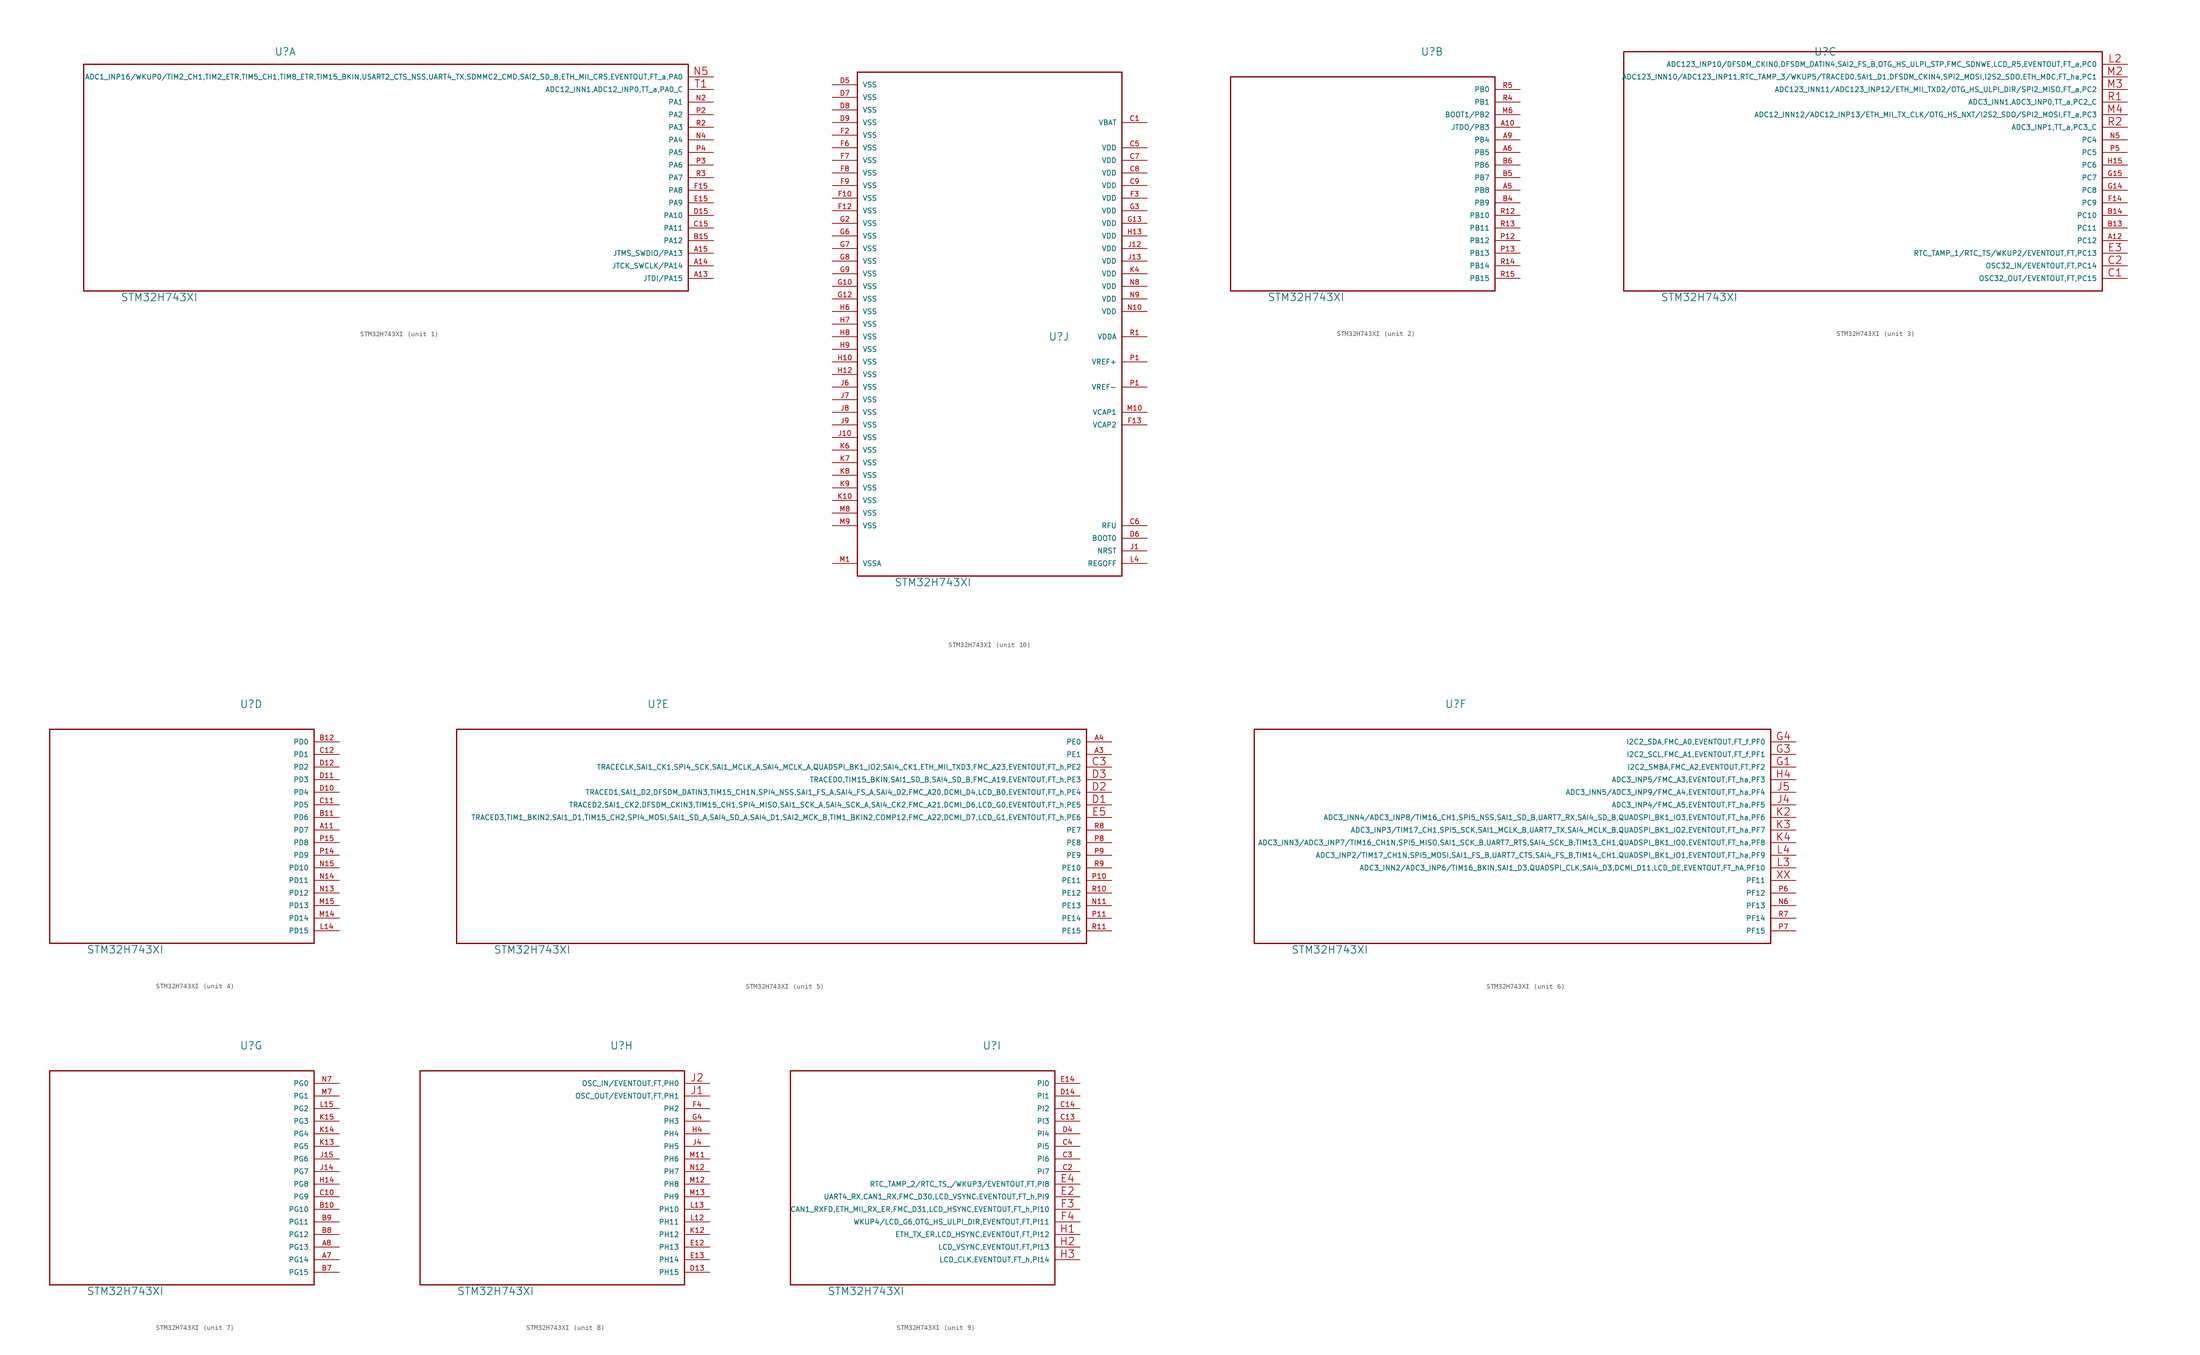
<source format=kicad_sym>
(kicad_symbol_lib
  (version 20220914)
  (generator kicad_symbol_editor)
  (symbol "STM32H743XI"
    (pin_names
      (offset 1.016))
    (property "Reference" "U"
      (at 40.64 48.26 0)
      (effects (font (size 1.524 1.524))))
    (property "Value" "STM32H743XI"
      (at 15.24 -1.27 0)
      (effects (font (size 1.524 1.524))))
    (property "ki_locked" ""
      (at 0 0 0)
      (effects (font (size 1.27 1.27))))
    (symbol "STM32H743XI_1_1"
      (rectangle (start 0 45.72) (end 121.92 0) (stroke (width 0.254) (type solid)) (fill (type none)))
      (pin bidirectional line (at 127 2.54 180) (length 5.08) (name "JTDI/PA15" (effects (font (size 1.016 1.016)))) (number "A13" (effects (font (size 1.016 1.016)))))
      (pin bidirectional line (at 127 5.08 180) (length 5.08) (name "JTCK_SWCLK/PA14" (effects (font (size 1.016 1.016)))) (number "A14" (effects (font (size 1.016 1.016)))))
      (pin bidirectional line (at 127 7.62 180) (length 5.08) (name "JTMS_SWDIO/PA13" (effects (font (size 1.016 1.016)))) (number "A15" (effects (font (size 1.016 1.016)))))
      (pin bidirectional line (at 127 10.16 180) (length 5.08) (name "PA12" (effects (font (size 1.016 1.016)))) (number "B15" (effects (font (size 1.016 1.016)))))
      (pin bidirectional line (at 127 12.7 180) (length 5.08) (name "PA11" (effects (font (size 1.016 1.016)))) (number "C15" (effects (font (size 1.016 1.016)))))
      (pin bidirectional line (at 127 15.24 180) (length 5.08) (name "PA10" (effects (font (size 1.016 1.016)))) (number "D15" (effects (font (size 1.016 1.016)))))
      (pin bidirectional line (at 127 17.78 180) (length 5.08) (name "PA9" (effects (font (size 1.016 1.016)))) (number "E15" (effects (font (size 1.016 1.016)))))
      (pin bidirectional line (at 127 20.32 180) (length 5.08) (name "PA8" (effects (font (size 1.016 1.016)))) (number "F15" (effects (font (size 1.016 1.016)))))
      (pin bidirectional line (at 127 38.1 180) (length 5.08) (name "PA1" (effects (font (size 1.016 1.016)))) (number "N2" (effects (font (size 1.016 1.016)))))
      (pin bidirectional line (at 127 30.48 180) (length 5.08) (name "PA4" (effects (font (size 1.016 1.016)))) (number "N4" (effects (font (size 1.016 1.016)))))
      (pin bidirectional line (at 127 43.18 180) (length 5.08) (name "ADC1_INP16/WKUP0/TIM2_CH1,TIM2_ETR,TIM5_CH1,TIM8_ETR,TIM15_BKIN,USART2_CTS_NSS,UART4_TX,SDMMC2_CMD,SAI2_SD_B,ETH_MII_CRS,EVENTOUT,FT_a,PA0" (effects (font (size 1.016 1.016)))) (number "N5" (effects (font (size 1.524 1.524)))))
      (pin bidirectional line (at 127 35.56 180) (length 5.08) (name "PA2" (effects (font (size 1.016 1.016)))) (number "P2" (effects (font (size 1.016 1.016)))))
      (pin bidirectional line (at 127 25.4 180) (length 5.08) (name "PA6" (effects (font (size 1.016 1.016)))) (number "P3" (effects (font (size 1.016 1.016)))))
      (pin bidirectional line (at 127 27.94 180) (length 5.08) (name "PA5" (effects (font (size 1.016 1.016)))) (number "P4" (effects (font (size 1.016 1.016)))))
      (pin bidirectional line (at 127 33.02 180) (length 5.08) (name "PA3" (effects (font (size 1.016 1.016)))) (number "R2" (effects (font (size 1.016 1.016)))))
      (pin bidirectional line (at 127 22.86 180) (length 5.08) (name "PA7" (effects (font (size 1.016 1.016)))) (number "R3" (effects (font (size 1.016 1.016)))))
      (pin input line (at 127 40.64 180) (length 5.08) (name "ADC12_INN1,ADC12_INP0,TT_a,PA0_C" (effects (font (size 1.016 1.016)))) (number "T1" (effects (font (size 1.524 1.524))))))
    (symbol "STM32H743XI_2_1"
      (rectangle (start 53.34 0) (end 0 43.18) (stroke (width 0.254) (type solid)) (fill (type none)))
      (pin bidirectional line (at 58.42 33.02 180) (length 5.08) (name "JTDO/PB3" (effects (font (size 1.016 1.016)))) (number "A10" (effects (font (size 1.016 1.016)))))
      (pin bidirectional line (at 58.42 20.32 180) (length 5.08) (name "PB8" (effects (font (size 1.016 1.016)))) (number "A5" (effects (font (size 1.016 1.016)))))
      (pin bidirectional line (at 58.42 27.94 180) (length 5.08) (name "PB5" (effects (font (size 1.016 1.016)))) (number "A6" (effects (font (size 1.016 1.016)))))
      (pin bidirectional line (at 58.42 30.48 180) (length 5.08) (name "PB4" (effects (font (size 1.016 1.016)))) (number "A9" (effects (font (size 1.016 1.016)))))
      (pin bidirectional line (at 58.42 17.78 180) (length 5.08) (name "PB9" (effects (font (size 1.016 1.016)))) (number "B4" (effects (font (size 1.016 1.016)))))
      (pin bidirectional line (at 58.42 22.86 180) (length 5.08) (name "PB7" (effects (font (size 1.016 1.016)))) (number "B5" (effects (font (size 1.016 1.016)))))
      (pin bidirectional line (at 58.42 25.4 180) (length 5.08) (name "PB6" (effects (font (size 1.016 1.016)))) (number "B6" (effects (font (size 1.016 1.016)))))
      (pin bidirectional line (at 58.42 35.56 180) (length 5.08) (name "BOOT1/PB2" (effects (font (size 1.016 1.016)))) (number "M6" (effects (font (size 1.016 1.016)))))
      (pin bidirectional line (at 58.42 10.16 180) (length 5.08) (name "PB12" (effects (font (size 1.016 1.016)))) (number "P12" (effects (font (size 1.016 1.016)))))
      (pin bidirectional line (at 58.42 7.62 180) (length 5.08) (name "PB13" (effects (font (size 1.016 1.016)))) (number "P13" (effects (font (size 1.016 1.016)))))
      (pin bidirectional line (at 58.42 15.24 180) (length 5.08) (name "PB10" (effects (font (size 1.016 1.016)))) (number "R12" (effects (font (size 1.016 1.016)))))
      (pin bidirectional line (at 58.42 12.7 180) (length 5.08) (name "PB11" (effects (font (size 1.016 1.016)))) (number "R13" (effects (font (size 1.016 1.016)))))
      (pin bidirectional line (at 58.42 5.08 180) (length 5.08) (name "PB14" (effects (font (size 1.016 1.016)))) (number "R14" (effects (font (size 1.016 1.016)))))
      (pin bidirectional line (at 58.42 2.54 180) (length 5.08) (name "PB15" (effects (font (size 1.016 1.016)))) (number "R15" (effects (font (size 1.016 1.016)))))
      (pin bidirectional line (at 58.42 38.1 180) (length 5.08) (name "PB1" (effects (font (size 1.016 1.016)))) (number "R4" (effects (font (size 1.016 1.016)))))
      (pin bidirectional line (at 58.42 40.64 180) (length 5.08) (name "PB0" (effects (font (size 1.016 1.016)))) (number "R5" (effects (font (size 1.016 1.016))))))
    (symbol "STM32H743XI_3_1"
      (rectangle (start 96.52 0) (end 0 48.26) (stroke (width 0.254) (type solid)) (fill (type none)))
      (pin bidirectional line (at 101.6 10.16 180) (length 5.08) (name "PC12" (effects (font (size 1.016 1.016)))) (number "A12" (effects (font (size 1.016 1.016)))))
      (pin bidirectional line (at 101.6 12.7 180) (length 5.08) (name "PC11" (effects (font (size 1.016 1.016)))) (number "B13" (effects (font (size 1.016 1.016)))))
      (pin bidirectional line (at 101.6 15.24 180) (length 5.08) (name "PC10" (effects (font (size 1.016 1.016)))) (number "B14" (effects (font (size 1.016 1.016)))))
      (pin bidirectional line (at 101.6 2.54 180) (length 5.08) (name "OSC32_OUT/EVENTOUT,FT,PC15" (effects (font (size 1.016 1.016)))) (number "C1" (effects (font (size 1.524 1.524)))))
      (pin bidirectional line (at 101.6 5.08 180) (length 5.08) (name "OSC32_IN/EVENTOUT,FT,PC14" (effects (font (size 1.016 1.016)))) (number "C2" (effects (font (size 1.524 1.524)))))
      (pin bidirectional line (at 101.6 7.62 180) (length 5.08) (name "RTC_TAMP_1/RTC_TS/WKUP2/EVENTOUT,FT,PC13" (effects (font (size 1.016 1.016)))) (number "E3" (effects (font (size 1.524 1.524)))))
      (pin bidirectional line (at 101.6 17.78 180) (length 5.08) (name "PC9" (effects (font (size 1.016 1.016)))) (number "F14" (effects (font (size 1.016 1.016)))))
      (pin bidirectional line (at 101.6 20.32 180) (length 5.08) (name "PC8" (effects (font (size 1.016 1.016)))) (number "G14" (effects (font (size 1.016 1.016)))))
      (pin bidirectional line (at 101.6 22.86 180) (length 5.08) (name "PC7" (effects (font (size 1.016 1.016)))) (number "G15" (effects (font (size 1.016 1.016)))))
      (pin bidirectional line (at 101.6 25.4 180) (length 5.08) (name "PC6" (effects (font (size 1.016 1.016)))) (number "H15" (effects (font (size 1.016 1.016)))))
      (pin bidirectional line (at 101.6 45.72 180) (length 5.08) (name "ADC123_INP10/DFSDM_CKIN0,DFSDM_DATIN4,SAI2_FS_B,OTG_HS_ULPI_STP,FMC_SDNWE,LCD_R5,EVENTOUT,FT_a,PC0" (effects (font (size 1.016 1.016)))) (number "L2" (effects (font (size 1.524 1.524)))))
      (pin bidirectional line (at 101.6 43.18 180) (length 5.08) (name "ADC123_INN10/ADC123_INP11,RTC_TAMP_3/WKUP5/TRACED0,SAI1_D1,DFSDM_CKIN4,SPI2_MOSI,I2S2_SDO,ETH_MDC,FT_ha,PC1" (effects (font (size 1.016 1.016)))) (number "M2" (effects (font (size 1.524 1.524)))))
      (pin bidirectional line (at 101.6 40.64 180) (length 5.08) (name "ADC123_INN11/ADC123_INP12/ETH_MII_TXD2/OTG_HS_ULPI_DIR/SPI2_MISO,FT_a,PC2" (effects (font (size 1.016 1.016)))) (number "M3" (effects (font (size 1.524 1.524)))))
      (pin bidirectional line (at 101.6 35.56 180) (length 5.08) (name "ADC12_INN12/ADC12_INP13/ETH_MII_TX_CLK/OTG_HS_NXT/I2S2_SDO/SPI2_MOSI,FT_a,PC3" (effects (font (size 1.016 1.016)))) (number "M4" (effects (font (size 1.524 1.524)))))
      (pin bidirectional line (at 101.6 30.48 180) (length 5.08) (name "PC4" (effects (font (size 1.016 1.016)))) (number "N5" (effects (font (size 1.016 1.016)))))
      (pin bidirectional line (at 101.6 27.94 180) (length 5.08) (name "PC5" (effects (font (size 1.016 1.016)))) (number "P5" (effects (font (size 1.016 1.016)))))
      (pin input line (at 101.6 38.1 180) (length 5.08) (name "ADC3_INN1,ADC3_INP0,TT_a,PC2_C" (effects (font (size 1.016 1.016)))) (number "R1" (effects (font (size 1.524 1.524)))))
      (pin input line (at 101.6 33.02 180) (length 5.08) (name "ADC3_INP1,TT_a,PC3_C" (effects (font (size 1.016 1.016)))) (number "R2" (effects (font (size 1.524 1.524))))))
    (symbol "STM32H743XI_4_1"
      (rectangle (start 53.34 0) (end 0 43.18) (stroke (width 0.254) (type solid)) (fill (type none)))
      (pin bidirectional line (at 58.42 22.86 180) (length 5.08) (name "PD7" (effects (font (size 1.016 1.016)))) (number "A11" (effects (font (size 1.016 1.016)))))
      (pin bidirectional line (at 58.42 25.4 180) (length 5.08) (name "PD6" (effects (font (size 1.016 1.016)))) (number "B11" (effects (font (size 1.016 1.016)))))
      (pin bidirectional line (at 58.42 40.64 180) (length 5.08) (name "PD0" (effects (font (size 1.016 1.016)))) (number "B12" (effects (font (size 1.016 1.016)))))
      (pin bidirectional line (at 58.42 27.94 180) (length 5.08) (name "PD5" (effects (font (size 1.016 1.016)))) (number "C11" (effects (font (size 1.016 1.016)))))
      (pin bidirectional line (at 58.42 38.1 180) (length 5.08) (name "PD1" (effects (font (size 1.016 1.016)))) (number "C12" (effects (font (size 1.016 1.016)))))
      (pin bidirectional line (at 58.42 30.48 180) (length 5.08) (name "PD4" (effects (font (size 1.016 1.016)))) (number "D10" (effects (font (size 1.016 1.016)))))
      (pin bidirectional line (at 58.42 33.02 180) (length 5.08) (name "PD3" (effects (font (size 1.016 1.016)))) (number "D11" (effects (font (size 1.016 1.016)))))
      (pin bidirectional line (at 58.42 35.56 180) (length 5.08) (name "PD2" (effects (font (size 1.016 1.016)))) (number "D12" (effects (font (size 1.016 1.016)))))
      (pin bidirectional line (at 58.42 2.54 180) (length 5.08) (name "PD15" (effects (font (size 1.016 1.016)))) (number "L14" (effects (font (size 1.016 1.016)))))
      (pin bidirectional line (at 58.42 5.08 180) (length 5.08) (name "PD14" (effects (font (size 1.016 1.016)))) (number "M14" (effects (font (size 1.016 1.016)))))
      (pin bidirectional line (at 58.42 7.62 180) (length 5.08) (name "PD13" (effects (font (size 1.016 1.016)))) (number "M15" (effects (font (size 1.016 1.016)))))
      (pin bidirectional line (at 58.42 10.16 180) (length 5.08) (name "PD12" (effects (font (size 1.016 1.016)))) (number "N13" (effects (font (size 1.016 1.016)))))
      (pin bidirectional line (at 58.42 12.7 180) (length 5.08) (name "PD11" (effects (font (size 1.016 1.016)))) (number "N14" (effects (font (size 1.016 1.016)))))
      (pin bidirectional line (at 58.42 15.24 180) (length 5.08) (name "PD10" (effects (font (size 1.016 1.016)))) (number "N15" (effects (font (size 1.016 1.016)))))
      (pin bidirectional line (at 58.42 17.78 180) (length 5.08) (name "PD9" (effects (font (size 1.016 1.016)))) (number "P14" (effects (font (size 1.016 1.016)))))
      (pin bidirectional line (at 58.42 20.32 180) (length 5.08) (name "PD8" (effects (font (size 1.016 1.016)))) (number "P15" (effects (font (size 1.016 1.016))))))
    (symbol "STM32H743XI_5_1"
      (rectangle (start 0 43.18) (end 127 0) (stroke (width 0.254) (type solid)) (fill (type none)))
      (pin bidirectional line (at 132.08 38.1 180) (length 5.08) (name "PE1" (effects (font (size 1.016 1.016)))) (number "A3" (effects (font (size 1.016 1.016)))))
      (pin bidirectional line (at 132.08 40.64 180) (length 5.08) (name "PE0" (effects (font (size 1.016 1.016)))) (number "A4" (effects (font (size 1.016 1.016)))))
      (pin bidirectional line (at 132.08 35.56 180) (length 5.08) (name "TRACECLK,SAI1_CK1,SPI4_SCK,SAI1_MCLK_A,SAI4_MCLK_A,QUADSPI_BK1_IO2,SAI4_CK1,ETH_MII_TXD3,FMC_A23,EVENTOUT,FT_h,PE2" (effects (font (size 1.016 1.016)))) (number "C3" (effects (font (size 1.524 1.524)))))
      (pin bidirectional line (at 132.08 27.94 180) (length 5.08) (name "TRACED2,SAI1_CK2,DFSDM_CKIN3,TIM15_CH1,SPI4_MISO,SAI1_SCK_A,SAI4_SCK_A,SAI4_CK2,FMC_A21,DCMI_D6,LCD_G0,EVENTOUT,FT_h,PE5" (effects (font (size 1.016 1.016)))) (number "D1" (effects (font (size 1.524 1.524)))))
      (pin bidirectional line (at 132.08 30.48 180) (length 5.08) (name "TRACED1,SAI1_D2,DFSDM_DATIN3,TIM15_CH1N,SPI4_NSS,SAI1_FS_A,SAI4_FS_A,SAI4_D2,FMC_A20,DCMI_D4,LCD_B0,EVENTOUT,FT_h,PE4" (effects (font (size 1.016 1.016)))) (number "D2" (effects (font (size 1.524 1.524)))))
      (pin bidirectional line (at 132.08 33.02 180) (length 5.08) (name "TRACED0,TIM15_BKIN,SAI1_SD_B,SAI4_SD_B,FMC_A19,EVENTOUT,FT_h,PE3" (effects (font (size 1.016 1.016)))) (number "D3" (effects (font (size 1.524 1.524)))))
      (pin bidirectional line (at 132.08 25.4 180) (length 5.08) (name "TRACED3,TIM1_BKIN2,SAI1_D1,TIM15_CH2,SPI4_MOSI,SAI1_SD_A,SAI4_SD_A,SAI4_D1,SAI2_MCK_B,TIM1_BKIN2,COMP12,FMC_A22,DCMI_D7,LCD_G1,EVENTOUT,FT_h,PE6" (effects (font (size 1.016 1.016)))) (number "E5" (effects (font (size 1.524 1.524)))))
      (pin bidirectional line (at 132.08 7.62 180) (length 5.08) (name "PE13" (effects (font (size 1.016 1.016)))) (number "N11" (effects (font (size 1.016 1.016)))))
      (pin bidirectional line (at 132.08 12.7 180) (length 5.08) (name "PE11" (effects (font (size 1.016 1.016)))) (number "P10" (effects (font (size 1.016 1.016)))))
      (pin bidirectional line (at 132.08 5.08 180) (length 5.08) (name "PE14" (effects (font (size 1.016 1.016)))) (number "P11" (effects (font (size 1.016 1.016)))))
      (pin bidirectional line (at 132.08 20.32 180) (length 5.08) (name "PE8" (effects (font (size 1.016 1.016)))) (number "P8" (effects (font (size 1.016 1.016)))))
      (pin bidirectional line (at 132.08 17.78 180) (length 5.08) (name "PE9" (effects (font (size 1.016 1.016)))) (number "P9" (effects (font (size 1.016 1.016)))))
      (pin bidirectional line (at 132.08 10.16 180) (length 5.08) (name "PE12" (effects (font (size 1.016 1.016)))) (number "R10" (effects (font (size 1.016 1.016)))))
      (pin bidirectional line (at 132.08 2.54 180) (length 5.08) (name "PE15" (effects (font (size 1.016 1.016)))) (number "R11" (effects (font (size 1.016 1.016)))))
      (pin bidirectional line (at 132.08 22.86 180) (length 5.08) (name "PE7" (effects (font (size 1.016 1.016)))) (number "R8" (effects (font (size 1.016 1.016)))))
      (pin bidirectional line (at 132.08 15.24 180) (length 5.08) (name "PE10" (effects (font (size 1.016 1.016)))) (number "R9" (effects (font (size 1.016 1.016))))))
    (symbol "STM32H743XI_6_1"
      (rectangle (start 0 43.18) (end 104.14 0) (stroke (width 0.254) (type solid)) (fill (type none)))
      (pin bidirectional line (at 109.22 35.56 180) (length 5.08) (name "I2C2_SMBA,FMC_A2,EVENTOUT,FT,PF2" (effects (font (size 1.016 1.016)))) (number "G1" (effects (font (size 1.524 1.524)))))
      (pin bidirectional line (at 109.22 38.1 180) (length 5.08) (name "I2C2_SCL,FMC_A1,EVENTOUT,FT_f,PF1" (effects (font (size 1.016 1.016)))) (number "G3" (effects (font (size 1.524 1.524)))))
      (pin bidirectional line (at 109.22 40.64 180) (length 5.08) (name "I2C2_SDA,FMC_A0,EVENTOUT,FT_f,PF0" (effects (font (size 1.016 1.016)))) (number "G4" (effects (font (size 1.524 1.524)))))
      (pin bidirectional line (at 109.22 33.02 180) (length 5.08) (name "ADC3_INP5/FMC_A3,EVENTOUT,FT_ha,PF3" (effects (font (size 1.016 1.016)))) (number "H4" (effects (font (size 1.524 1.524)))))
      (pin bidirectional line (at 109.22 27.94 180) (length 5.08) (name "ADC3_INP4/FMC_A5,EVENTOUT,FT_ha,PF5" (effects (font (size 1.016 1.016)))) (number "J4" (effects (font (size 1.524 1.524)))))
      (pin bidirectional line (at 109.22 30.48 180) (length 5.08) (name "ADC3_INN5/ADC3_INP9/FMC_A4,EVENTOUT,FT_ha,PF4" (effects (font (size 1.016 1.016)))) (number "J5" (effects (font (size 1.524 1.524)))))
      (pin bidirectional line (at 109.22 25.4 180) (length 5.08) (name "ADC3_INN4/ADC3_INP8/TIM16_CH1,SPI5_NSS,SAI1_SD_B,UART7_RX,SAI4_SD_B,QUADSPI_BK1_IO3,EVENTOUT,FT_ha,PF6" (effects (font (size 1.016 1.016)))) (number "K2" (effects (font (size 1.524 1.524)))))
      (pin bidirectional line (at 109.22 22.86 180) (length 5.08) (name "ADC3_INP3/TIM17_CH1,SPI5_SCK,SAI1_MCLK_B,UART7_TX,SAI4_MCLK_B,QUADSPI_BK1_IO2,EVENTOUT,FT_ha,PF7" (effects (font (size 1.016 1.016)))) (number "K3" (effects (font (size 1.524 1.524)))))
      (pin bidirectional line (at 109.22 20.32 180) (length 5.08) (name "ADC3_INN3/ADC3_INP7/TIM16_CH1N,SPI5_MISO,SAI1_SCK_B,UART7_RTS,SAI4_SCK_B,TIM13_CH1,QUADSPI_BK1_IO0,EVENTOUT,FT_ha,PF8" (effects (font (size 1.016 1.016)))) (number "K4" (effects (font (size 1.524 1.524)))))
      (pin bidirectional line (at 109.22 15.24 180) (length 5.08) (name "ADC3_INN2/ADC3_INP6/TIM16_BKIN,SAI1_D3,QUADSPI_CLK,SAI4_D3,DCMI_D11,LCD_DE,EVENTOUT,FT_hA,PF10" (effects (font (size 1.016 1.016)))) (number "L3" (effects (font (size 1.524 1.524)))))
      (pin bidirectional line (at 109.22 17.78 180) (length 5.08) (name "ADC3_INP2/TIM17_CH1N,SPI5_MOSI,SAI1_FS_B,UART7_CTS,SAI4_FS_B,TIM14_CH1,QUADSPI_BK1_IO1,EVENTOUT,FT_ha,PF9" (effects (font (size 1.016 1.016)))) (number "L4" (effects (font (size 1.524 1.524)))))
      (pin bidirectional line (at 109.22 7.62 180) (length 5.08) (name "PF13" (effects (font (size 1.016 1.016)))) (number "N6" (effects (font (size 1.016 1.016)))))
      (pin bidirectional line (at 109.22 10.16 180) (length 5.08) (name "PF12" (effects (font (size 1.016 1.016)))) (number "P6" (effects (font (size 1.016 1.016)))))
      (pin bidirectional line (at 109.22 2.54 180) (length 5.08) (name "PF15" (effects (font (size 1.016 1.016)))) (number "P7" (effects (font (size 1.016 1.016)))))
      (pin bidirectional line (at 109.22 5.08 180) (length 5.08) (name "PF14" (effects (font (size 1.016 1.016)))) (number "R7" (effects (font (size 1.016 1.016)))))
      (pin bidirectional line (at 109.22 12.7 180) (length 5.08) (name "PF11" (effects (font (size 1.016 1.016)))) (number "XX" (effects (font (size 1.524 1.524))))))
    (symbol "STM32H743XI_7_1"
      (rectangle (start 0 43.18) (end 53.34 0) (stroke (width 0.254) (type solid)) (fill (type none)))
      (pin bidirectional line (at 58.42 5.08 180) (length 5.08) (name "PG14" (effects (font (size 1.016 1.016)))) (number "A7" (effects (font (size 1.016 1.016)))))
      (pin bidirectional line (at 58.42 7.62 180) (length 5.08) (name "PG13" (effects (font (size 1.016 1.016)))) (number "A8" (effects (font (size 1.016 1.016)))))
      (pin bidirectional line (at 58.42 15.24 180) (length 5.08) (name "PG10" (effects (font (size 1.016 1.016)))) (number "B10" (effects (font (size 1.016 1.016)))))
      (pin bidirectional line (at 58.42 2.54 180) (length 5.08) (name "PG15" (effects (font (size 1.016 1.016)))) (number "B7" (effects (font (size 1.016 1.016)))))
      (pin bidirectional line (at 58.42 10.16 180) (length 5.08) (name "PG12" (effects (font (size 1.016 1.016)))) (number "B8" (effects (font (size 1.016 1.016)))))
      (pin bidirectional line (at 58.42 12.7 180) (length 5.08) (name "PG11" (effects (font (size 1.016 1.016)))) (number "B9" (effects (font (size 1.016 1.016)))))
      (pin bidirectional line (at 58.42 17.78 180) (length 5.08) (name "PG9" (effects (font (size 1.016 1.016)))) (number "C10" (effects (font (size 1.016 1.016)))))
      (pin bidirectional line (at 58.42 20.32 180) (length 5.08) (name "PG8" (effects (font (size 1.016 1.016)))) (number "H14" (effects (font (size 1.016 1.016)))))
      (pin bidirectional line (at 58.42 22.86 180) (length 5.08) (name "PG7" (effects (font (size 1.016 1.016)))) (number "J14" (effects (font (size 1.016 1.016)))))
      (pin bidirectional line (at 58.42 25.4 180) (length 5.08) (name "PG6" (effects (font (size 1.016 1.016)))) (number "J15" (effects (font (size 1.016 1.016)))))
      (pin bidirectional line (at 58.42 27.94 180) (length 5.08) (name "PG5" (effects (font (size 1.016 1.016)))) (number "K13" (effects (font (size 1.016 1.016)))))
      (pin bidirectional line (at 58.42 30.48 180) (length 5.08) (name "PG4" (effects (font (size 1.016 1.016)))) (number "K14" (effects (font (size 1.016 1.016)))))
      (pin bidirectional line (at 58.42 33.02 180) (length 5.08) (name "PG3" (effects (font (size 1.016 1.016)))) (number "K15" (effects (font (size 1.016 1.016)))))
      (pin bidirectional line (at 58.42 35.56 180) (length 5.08) (name "PG2" (effects (font (size 1.016 1.016)))) (number "L15" (effects (font (size 1.016 1.016)))))
      (pin bidirectional line (at 58.42 38.1 180) (length 5.08) (name "PG1" (effects (font (size 1.016 1.016)))) (number "M7" (effects (font (size 1.016 1.016)))))
      (pin bidirectional line (at 58.42 40.64 180) (length 5.08) (name "PG0" (effects (font (size 1.016 1.016)))) (number "N7" (effects (font (size 1.016 1.016))))))
    (symbol "STM32H743XI_8_1"
      (rectangle (start 0 43.18) (end 53.34 0) (stroke (width 0.254) (type solid)) (fill (type none)))
      (pin bidirectional line (at 58.42 2.54 180) (length 5.08) (name "PH15" (effects (font (size 1.016 1.016)))) (number "D13" (effects (font (size 1.016 1.016)))))
      (pin bidirectional line (at 58.42 7.62 180) (length 5.08) (name "PH13" (effects (font (size 1.016 1.016)))) (number "E12" (effects (font (size 1.016 1.016)))))
      (pin bidirectional line (at 58.42 5.08 180) (length 5.08) (name "PH14" (effects (font (size 1.016 1.016)))) (number "E13" (effects (font (size 1.016 1.016)))))
      (pin bidirectional line (at 58.42 35.56 180) (length 5.08) (name "PH2" (effects (font (size 1.016 1.016)))) (number "F4" (effects (font (size 1.016 1.016)))))
      (pin bidirectional line (at 58.42 33.02 180) (length 5.08) (name "PH3" (effects (font (size 1.016 1.016)))) (number "G4" (effects (font (size 1.016 1.016)))))
      (pin bidirectional line (at 58.42 30.48 180) (length 5.08) (name "PH4" (effects (font (size 1.016 1.016)))) (number "H4" (effects (font (size 1.016 1.016)))))
      (pin bidirectional line (at 58.42 38.1 180) (length 5.08) (name "OSC_OUT/EVENTOUT,FT,PH1" (effects (font (size 1.016 1.016)))) (number "J1" (effects (font (size 1.524 1.524)))))
      (pin bidirectional line (at 58.42 40.64 180) (length 5.08) (name "OSC_IN/EVENTOUT,FT,PH0" (effects (font (size 1.016 1.016)))) (number "J2" (effects (font (size 1.524 1.524)))))
      (pin bidirectional line (at 58.42 27.94 180) (length 5.08) (name "PH5" (effects (font (size 1.016 1.016)))) (number "J4" (effects (font (size 1.016 1.016)))))
      (pin bidirectional line (at 58.42 10.16 180) (length 5.08) (name "PH12" (effects (font (size 1.016 1.016)))) (number "K12" (effects (font (size 1.016 1.016)))))
      (pin bidirectional line (at 58.42 12.7 180) (length 5.08) (name "PH11" (effects (font (size 1.016 1.016)))) (number "L12" (effects (font (size 1.016 1.016)))))
      (pin bidirectional line (at 58.42 15.24 180) (length 5.08) (name "PH10" (effects (font (size 1.016 1.016)))) (number "L13" (effects (font (size 1.016 1.016)))))
      (pin bidirectional line (at 58.42 25.4 180) (length 5.08) (name "PH6" (effects (font (size 1.016 1.016)))) (number "M11" (effects (font (size 1.016 1.016)))))
      (pin bidirectional line (at 58.42 20.32 180) (length 5.08) (name "PH8" (effects (font (size 1.016 1.016)))) (number "M12" (effects (font (size 1.016 1.016)))))
      (pin bidirectional line (at 58.42 17.78 180) (length 5.08) (name "PH9" (effects (font (size 1.016 1.016)))) (number "M13" (effects (font (size 1.016 1.016)))))
      (pin bidirectional line (at 58.42 22.86 180) (length 5.08) (name "PH7" (effects (font (size 1.016 1.016)))) (number "N12" (effects (font (size 1.016 1.016))))))
    (symbol "STM32H743XI_9_1"
      (rectangle (start 0 43.18) (end 53.34 0) (stroke (width 0.254) (type solid)) (fill (type none)))
      (pin bidirectional line (at 58.42 33.02 180) (length 5.08) (name "PI3" (effects (font (size 1.016 1.016)))) (number "C13" (effects (font (size 1.016 1.016)))))
      (pin bidirectional line (at 58.42 35.56 180) (length 5.08) (name "PI2" (effects (font (size 1.016 1.016)))) (number "C14" (effects (font (size 1.016 1.016)))))
      (pin bidirectional line (at 58.42 22.86 180) (length 5.08) (name "PI7" (effects (font (size 1.016 1.016)))) (number "C2" (effects (font (size 1.016 1.016)))))
      (pin bidirectional line (at 58.42 25.4 180) (length 5.08) (name "PI6" (effects (font (size 1.016 1.016)))) (number "C3" (effects (font (size 1.016 1.016)))))
      (pin bidirectional line (at 58.42 27.94 180) (length 5.08) (name "PI5" (effects (font (size 1.016 1.016)))) (number "C4" (effects (font (size 1.016 1.016)))))
      (pin bidirectional line (at 58.42 38.1 180) (length 5.08) (name "PI1" (effects (font (size 1.016 1.016)))) (number "D14" (effects (font (size 1.016 1.016)))))
      (pin bidirectional line (at 58.42 30.48 180) (length 5.08) (name "PI4" (effects (font (size 1.016 1.016)))) (number "D4" (effects (font (size 1.016 1.016)))))
      (pin bidirectional line (at 58.42 40.64 180) (length 5.08) (name "PI0" (effects (font (size 1.016 1.016)))) (number "E14" (effects (font (size 1.016 1.016)))))
      (pin bidirectional line (at 58.42 17.78 180) (length 5.08) (name "UART4_RX,CAN1_RX,FMC_D30,LCD_VSYNC,EVENTOUT,FT_h,PI9" (effects (font (size 1.016 1.016)))) (number "E2" (effects (font (size 1.524 1.524)))))
      (pin bidirectional line (at 58.42 20.32 180) (length 5.08) (name "RTC_TAMP_2/RTC_TS_/WKUP3/EVENTOUT,FT,PI8" (effects (font (size 1.016 1.016)))) (number "E4" (effects (font (size 1.524 1.524)))))
      (pin bidirectional line (at 58.42 15.24 180) (length 5.08) (name "CAN1_RXFD,ETH_MII_RX_ER,FMC_D31,LCD_HSYNC,EVENTOUT,FT_h,PI10" (effects (font (size 1.016 1.016)))) (number "F3" (effects (font (size 1.524 1.524)))))
      (pin bidirectional line (at 58.42 12.7 180) (length 5.08) (name "WKUP4/LCD_G6,OTG_HS_ULPI_DIR,EVENTOUT,FT,PI11" (effects (font (size 1.016 1.016)))) (number "F4" (effects (font (size 1.524 1.524)))))
      (pin bidirectional line (at 58.42 10.16 180) (length 5.08) (name "ETH_TX_ER,LCD_HSYNC,EVENTOUT,FT,PI12" (effects (font (size 1.016 1.016)))) (number "H1" (effects (font (size 1.524 1.524)))))
      (pin bidirectional line (at 58.42 7.62 180) (length 5.08) (name "LCD_VSYNC,EVENTOUT,FT,PI13" (effects (font (size 1.016 1.016)))) (number "H2" (effects (font (size 1.524 1.524)))))
      (pin bidirectional line (at 58.42 5.08 180) (length 5.08) (name "LCD_CLK,EVENTOUT,FT_h,PI14" (effects (font (size 1.016 1.016)))) (number "H3" (effects (font (size 1.524 1.524))))))
    (symbol "STM32H743XI_10_1"
      (rectangle (start 0 101.6) (end 53.34 0) (stroke (width 0.254) (type solid)) (fill (type none)))
      (pin power_in line (at 58.42 91.44 180) (length 5.08) (name "VBAT" (effects (font (size 1.016 1.016)))) (number "C1" (effects (font (size 1.016 1.016)))))
      (pin power_in line (at 58.42 86.36 180) (length 5.08) (name "VDD" (effects (font (size 1.016 1.016)))) (number "C5" (effects (font (size 0.991 0.991)))))
      (pin bidirectional line (at 58.42 10.16 180) (length 5.08) (name "RFU" (effects (font (size 1.016 1.016)))) (number "C6" (effects (font (size 1.016 1.016)))))
      (pin power_in line (at 58.42 83.82 180) (length 5.08) (name "VDD" (effects (font (size 1.016 1.016)))) (number "C7" (effects (font (size 0.991 0.991)))))
      (pin power_in line (at 58.42 81.28 180) (length 5.08) (name "VDD" (effects (font (size 1.016 1.016)))) (number "C8" (effects (font (size 0.991 0.991)))))
      (pin power_in line (at 58.42 78.74 180) (length 5.08) (name "VDD" (effects (font (size 1.016 1.016)))) (number "C9" (effects (font (size 0.991 0.991)))))
      (pin power_in line (at -5.08 99.06 0) (length 5.08) (name "VSS" (effects (font (size 1.016 1.016)))) (number "D5" (effects (font (size 1.016 1.016)))))
      (pin bidirectional line (at 58.42 7.62 180) (length 5.08) (name "BOOT0" (effects (font (size 1.016 1.016)))) (number "D6" (effects (font (size 1.016 1.016)))))
      (pin power_in line (at -5.08 96.52 0) (length 5.08) (name "VSS" (effects (font (size 1.016 1.016)))) (number "D7" (effects (font (size 1.016 1.016)))))
      (pin power_in line (at -5.08 93.98 0) (length 5.08) (name "VSS" (effects (font (size 1.016 1.016)))) (number "D8" (effects (font (size 1.016 1.016)))))
      (pin power_in line (at -5.08 91.44 0) (length 5.08) (name "VSS" (effects (font (size 1.016 1.016)))) (number "D9" (effects (font (size 1.016 1.016)))))
      (pin power_in line (at -5.08 76.2 0) (length 5.08) (name "VSS" (effects (font (size 1.016 1.016)))) (number "F10" (effects (font (size 1.016 1.016)))))
      (pin power_in line (at -5.08 73.66 0) (length 5.08) (name "VSS" (effects (font (size 1.016 1.016)))) (number "F12" (effects (font (size 1.016 1.016)))))
      (pin power_out line (at 58.42 30.48 180) (length 5.08) (name "VCAP2" (effects (font (size 1.016 1.016)))) (number "F13" (effects (font (size 1.016 1.016)))))
      (pin power_in line (at -5.08 88.9 0) (length 5.08) (name "VSS" (effects (font (size 1.016 1.016)))) (number "F2" (effects (font (size 1.016 1.016)))))
      (pin power_in line (at 58.42 76.2 180) (length 5.08) (name "VDD" (effects (font (size 1.016 1.016)))) (number "F3" (effects (font (size 0.991 0.991)))))
      (pin power_in line (at -5.08 86.36 0) (length 5.08) (name "VSS" (effects (font (size 1.016 1.016)))) (number "F6" (effects (font (size 1.016 1.016)))))
      (pin power_in line (at -5.08 83.82 0) (length 5.08) (name "VSS" (effects (font (size 1.016 1.016)))) (number "F7" (effects (font (size 1.016 1.016)))))
      (pin power_in line (at -5.08 81.28 0) (length 5.08) (name "VSS" (effects (font (size 1.016 1.016)))) (number "F8" (effects (font (size 1.016 1.016)))))
      (pin power_in line (at -5.08 78.74 0) (length 5.08) (name "VSS" (effects (font (size 1.016 1.016)))) (number "F9" (effects (font (size 1.016 1.016)))))
      (pin power_in line (at -5.08 58.42 0) (length 5.08) (name "VSS" (effects (font (size 1.016 1.016)))) (number "G10" (effects (font (size 1.016 1.016)))))
      (pin power_in line (at -5.08 55.88 0) (length 5.08) (name "VSS" (effects (font (size 1.016 1.016)))) (number "G12" (effects (font (size 1.016 1.016)))))
      (pin power_in line (at 58.42 71.12 180) (length 5.08) (name "VDD" (effects (font (size 1.016 1.016)))) (number "G13" (effects (font (size 0.991 0.991)))))
      (pin power_in line (at -5.08 71.12 0) (length 5.08) (name "VSS" (effects (font (size 1.016 1.016)))) (number "G2" (effects (font (size 1.016 1.016)))))
      (pin power_in line (at 58.42 73.66 180) (length 5.08) (name "VDD" (effects (font (size 1.016 1.016)))) (number "G3" (effects (font (size 0.991 0.991)))))
      (pin power_in line (at -5.08 68.58 0) (length 5.08) (name "VSS" (effects (font (size 1.016 1.016)))) (number "G6" (effects (font (size 1.016 1.016)))))
      (pin power_in line (at -5.08 66.04 0) (length 5.08) (name "VSS" (effects (font (size 1.016 1.016)))) (number "G7" (effects (font (size 1.016 1.016)))))
      (pin power_in line (at -5.08 63.5 0) (length 5.08) (name "VSS" (effects (font (size 1.016 1.016)))) (number "G8" (effects (font (size 1.016 1.016)))))
      (pin power_in line (at -5.08 60.96 0) (length 5.08) (name "VSS" (effects (font (size 1.016 1.016)))) (number "G9" (effects (font (size 1.016 1.016)))))
      (pin power_in line (at -5.08 43.18 0) (length 5.08) (name "VSS" (effects (font (size 1.016 1.016)))) (number "H10" (effects (font (size 1.016 1.016)))))
      (pin power_in line (at -5.08 40.64 0) (length 5.08) (name "VSS" (effects (font (size 1.016 1.016)))) (number "H12" (effects (font (size 1.016 1.016)))))
      (pin power_in line (at 58.42 68.58 180) (length 5.08) (name "VDD" (effects (font (size 1.016 1.016)))) (number "H13" (effects (font (size 0.991 0.991)))))
      (pin power_in line (at -5.08 53.34 0) (length 5.08) (name "VSS" (effects (font (size 1.016 1.016)))) (number "H6" (effects (font (size 1.016 1.016)))))
      (pin power_in line (at -5.08 50.8 0) (length 5.08) (name "VSS" (effects (font (size 1.016 1.016)))) (number "H7" (effects (font (size 1.016 1.016)))))
      (pin power_in line (at -5.08 48.26 0) (length 5.08) (name "VSS" (effects (font (size 1.016 1.016)))) (number "H8" (effects (font (size 1.016 1.016)))))
      (pin power_in line (at -5.08 45.72 0) (length 5.08) (name "VSS" (effects (font (size 1.016 1.016)))) (number "H9" (effects (font (size 1.016 1.016)))))
      (pin bidirectional line (at 58.42 5.08 180) (length 5.08) (name "NRST" (effects (font (size 1.016 1.016)))) (number "J1" (effects (font (size 1.016 1.016)))))
      (pin power_in line (at -5.08 27.94 0) (length 5.08) (name "VSS" (effects (font (size 1.016 1.016)))) (number "J10" (effects (font (size 1.016 1.016)))))
      (pin power_in line (at 58.42 66.04 180) (length 5.08) (name "VDD" (effects (font (size 1.016 1.016)))) (number "J12" (effects (font (size 0.991 0.991)))))
      (pin power_in line (at 58.42 63.5 180) (length 5.08) (name "VDD" (effects (font (size 1.016 1.016)))) (number "J13" (effects (font (size 0.991 0.991)))))
      (pin power_in line (at -5.08 38.1 0) (length 5.08) (name "VSS" (effects (font (size 1.016 1.016)))) (number "J6" (effects (font (size 1.016 1.016)))))
      (pin power_in line (at -5.08 35.56 0) (length 5.08) (name "VSS" (effects (font (size 1.016 1.016)))) (number "J7" (effects (font (size 1.016 1.016)))))
      (pin power_in line (at -5.08 33.02 0) (length 5.08) (name "VSS" (effects (font (size 1.016 1.016)))) (number "J8" (effects (font (size 1.016 1.016)))))
      (pin power_in line (at -5.08 30.48 0) (length 5.08) (name "VSS" (effects (font (size 1.016 1.016)))) (number "J9" (effects (font (size 1.016 1.016)))))
      (pin power_in line (at -5.08 15.24 0) (length 5.08) (name "VSS" (effects (font (size 1.016 1.016)))) (number "K10" (effects (font (size 1.016 1.016)))))
      (pin power_in line (at 58.42 60.96 180) (length 5.08) (name "VDD" (effects (font (size 1.016 1.016)))) (number "K4" (effects (font (size 0.991 0.991)))))
      (pin power_in line (at -5.08 25.4 0) (length 5.08) (name "VSS" (effects (font (size 1.016 1.016)))) (number "K6" (effects (font (size 1.016 1.016)))))
      (pin power_in line (at -5.08 22.86 0) (length 5.08) (name "VSS" (effects (font (size 1.016 1.016)))) (number "K7" (effects (font (size 1.016 1.016)))))
      (pin power_in line (at -5.08 20.32 0) (length 5.08) (name "VSS" (effects (font (size 1.016 1.016)))) (number "K8" (effects (font (size 1.016 1.016)))))
      (pin power_in line (at -5.08 17.78 0) (length 5.08) (name "VSS" (effects (font (size 1.016 1.016)))) (number "K9" (effects (font (size 1.016 1.016)))))
      (pin bidirectional line (at 58.42 2.54 180) (length 5.08) (name "REGOFF" (effects (font (size 1.016 1.016)))) (number "L4" (effects (font (size 1.016 1.016)))))
      (pin power_in line (at -5.08 2.54 0) (length 5.08) (name "VSSA" (effects (font (size 1.016 1.016)))) (number "M1" (effects (font (size 1.016 1.016)))))
      (pin power_out line (at 58.42 33.02 180) (length 5.08) (name "VCAP1" (effects (font (size 1.016 1.016)))) (number "M10" (effects (font (size 1.016 1.016)))))
      (pin power_in line (at -5.08 12.7 0) (length 5.08) (name "VSS" (effects (font (size 1.016 1.016)))) (number "M8" (effects (font (size 1.016 1.016)))))
      (pin power_in line (at -5.08 10.16 0) (length 5.08) (name "VSS" (effects (font (size 1.016 1.016)))) (number "M9" (effects (font (size 1.016 1.016)))))
      (pin power_in line (at 58.42 53.34 180) (length 5.08) (name "VDD" (effects (font (size 1.016 1.016)))) (number "N10" (effects (font (size 0.991 0.991)))))
      (pin power_in line (at 58.42 58.42 180) (length 5.08) (name "VDD" (effects (font (size 1.016 1.016)))) (number "N8" (effects (font (size 0.991 0.991)))))
      (pin power_in line (at 58.42 55.88 180) (length 5.08) (name "VDD" (effects (font (size 1.016 1.016)))) (number "N9" (effects (font (size 0.991 0.991)))))
      (pin power_in line (at 58.42 43.18 180) (length 5.08) (name "VREF+" (effects (font (size 1.016 1.016)))) (number "P1" (effects (font (size 0.991 0.991)))))
      (pin power_in line (at 58.42 38.1 180) (length 5.08) (name "VREF-" (effects (font (size 1.016 1.016)))) (number "P1" (effects (font (size 0.991 0.991)))))
      (pin power_in line (at 58.42 48.26 180) (length 5.08) (name "VDDA" (effects (font (size 1.016 1.016)))) (number "R1" (effects (font (size 0.991 0.991))))))))
</source>
